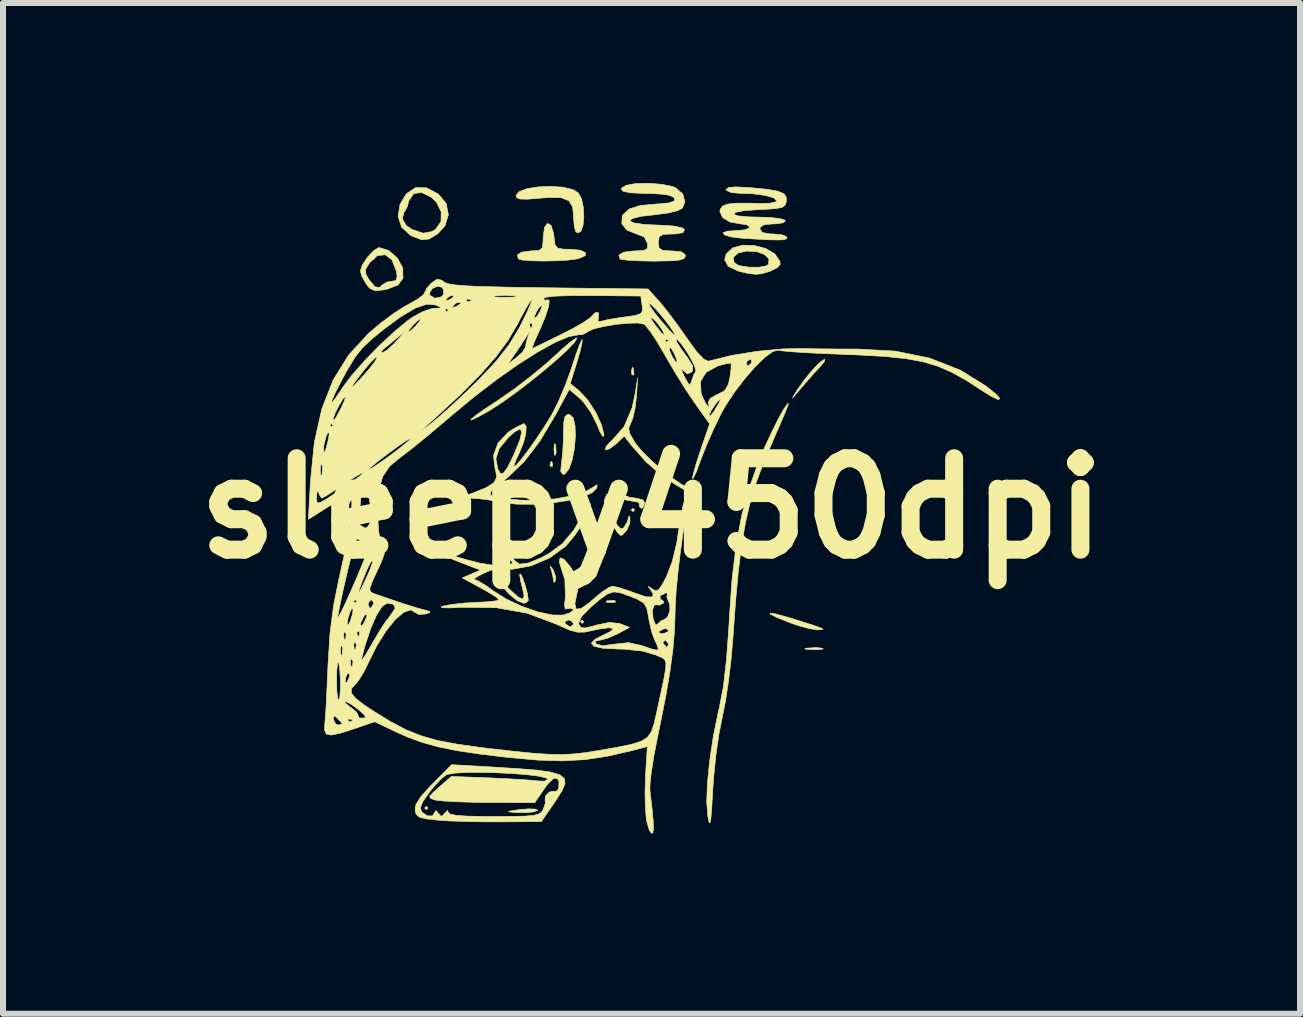
<source format=kicad_pcb>
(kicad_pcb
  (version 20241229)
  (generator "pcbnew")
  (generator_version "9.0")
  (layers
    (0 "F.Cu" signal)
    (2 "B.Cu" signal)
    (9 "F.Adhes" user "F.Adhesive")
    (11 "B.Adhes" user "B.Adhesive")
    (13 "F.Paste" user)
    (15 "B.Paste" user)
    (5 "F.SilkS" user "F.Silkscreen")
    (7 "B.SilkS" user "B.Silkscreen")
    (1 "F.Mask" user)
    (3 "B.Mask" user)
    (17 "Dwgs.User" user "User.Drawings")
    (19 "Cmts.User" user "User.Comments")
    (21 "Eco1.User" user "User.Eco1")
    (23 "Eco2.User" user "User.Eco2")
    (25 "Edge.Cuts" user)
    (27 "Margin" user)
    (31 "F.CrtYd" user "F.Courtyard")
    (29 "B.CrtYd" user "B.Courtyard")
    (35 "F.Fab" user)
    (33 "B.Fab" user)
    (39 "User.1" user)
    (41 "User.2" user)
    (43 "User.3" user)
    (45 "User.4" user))
  (footprint "sleepy450dpi"
    (layer "F.Cu")
    (at 7.809 5.422)
    (property "Reference" "sleepy450dpi" (at 0 0 0) (layer "F.SilkS") (effects (font (size 1.524 1.524) (thickness 0.3))))
    (attr through_hole)
    (fp_poly (pts (xy -3.725 4.995) (xy -3.754 5.024) (xy -3.782 4.995) (xy -3.754 4.967) (xy -3.725 4.995)) (stroke (width 0.01) (type solid)) (fill yes) (layer "F.SilkS"))
    (fp_poly (pts (xy -1.129 1.891) (xy -1.157 1.919) (xy -1.185 1.891) (xy -1.157 1.863) (xy -1.129 1.891)) (stroke (width 0.01) (type solid)) (fill yes) (layer "F.SilkS"))
    (fp_poly (pts (xy -0.282 0.028) (xy -0.31 0.056) (xy -0.339 0.028) (xy -0.31 0) (xy -0.282 0.028)) (stroke (width 0.01) (type solid)) (fill yes) (layer "F.SilkS"))
    (fp_poly (pts (xy -1.656 -0.771) (xy -1.649 -0.704) (xy -1.656 -0.696) (xy -1.689 -0.704) (xy -1.693 -0.734) (xy -1.673 -0.78) (xy -1.656 -0.771)) (stroke (width 0.01) (type solid)) (fill yes) (layer "F.SilkS"))
    (fp_poly (pts (xy -0.607 1.543) (xy -0.6 1.564) (xy -0.677 1.572) (xy -0.757 1.563) (xy -0.748 1.543) (xy -0.632 1.536) (xy -0.607 1.543)) (stroke (width 0.01) (type solid)) (fill yes) (layer "F.SilkS"))
    (fp_poly (pts (xy -0.3 -2.325) (xy -0.293 -2.237) (xy -0.305 -2.217) (xy -0.33 -2.233) (xy -0.334 -2.291) (xy -0.32 -2.351) (xy -0.3 -2.325)) (stroke (width 0.01) (type solid)) (fill yes) (layer "F.SilkS"))
    (fp_poly (pts (xy -1.601 -1.067) (xy -1.598 -1.057) (xy -1.59 -0.934) (xy -1.6 -0.888) (xy -1.618 -0.886) (xy -1.626 -0.974) (xy -1.626 -0.988) (xy -1.618 -1.075) (xy -1.601 -1.067)) (stroke (width 0.01) (type solid)) (fill yes) (layer "F.SilkS"))
    (fp_poly (pts (xy 2.836 2.331) (xy 2.863 2.345) (xy 2.792 2.354) (xy 2.709 2.355) (xy 2.587 2.351) (xy 2.554 2.34) (xy 2.582 2.331) (xy 2.747 2.321) (xy 2.836 2.331)) (stroke (width 0.01) (type solid)) (fill yes) (layer "F.SilkS"))
    (fp_poly (pts (xy -1.665 0.989) (xy -1.637 1.032) (xy -1.596 1.144) (xy -1.6 1.202) (xy -1.626 1.238) (xy -1.632 1.204) (xy -1.652 1.096) (xy -1.669 1.035) (xy -1.689 0.963) (xy -1.665 0.989)) (stroke (width 0.01) (type solid)) (fill yes) (layer "F.SilkS"))
    (fp_poly (pts (xy -1.938 5.013) (xy -1.897 5.032) (xy -1.898 5.035) (xy -1.966 5.06) (xy -2.107 5.073) (xy -2.191 5.073) (xy -2.326 5.066) (xy -2.383 5.056) (xy -2.371 5.048) (xy -2.209 5.022) (xy -2.054 5.01) (xy -1.938 5.013)) (stroke (width 0.01) (type solid)) (fill yes) (layer "F.SilkS"))
    (fp_poly (pts (xy 2.074 1.762) (xy 2.277 1.818) (xy 2.349 1.84) (xy 2.604 1.92) (xy 2.765 1.973) (xy 2.845 2.004) (xy 2.857 2.019) (xy 2.816 2.024) (xy 2.766 2.025) (xy 2.635 2.006) (xy 2.449 1.956) (xy 2.314 1.909) (xy 2.094 1.821) (xy 1.981 1.766) (xy 1.975 1.745) (xy 2.074 1.762)) (stroke (width 0.01) (type solid)) (fill yes) (layer "F.SilkS"))
    (fp_poly (pts (xy 2.883 -2.45) (xy 2.815 -2.367) (xy 2.806 -2.357) (xy 2.694 -2.236) (xy 2.555 -2.077) (xy 2.493 -2.004) (xy 2.388 -1.88) (xy 2.35 -1.84) (xy 2.373 -1.883) (xy 2.431 -1.976) (xy 2.553 -2.148) (xy 2.683 -2.306) (xy 2.799 -2.426) (xy 2.878 -2.482) (xy 2.887 -2.484) (xy 2.883 -2.45)) (stroke (width 0.01) (type solid)) (fill yes) (layer "F.SilkS"))
    (fp_poly (pts (xy -1.307 -1.511) (xy -1.275 -1.378) (xy -1.269 -1.195) (xy -1.286 -0.994) (xy -1.323 -0.803) (xy -1.378 -0.652) (xy -1.447 -0.571) (xy -1.473 -0.564) (xy -1.513 -0.613) (xy -1.503 -0.741) (xy -1.483 -0.898) (xy -1.47 -1.11) (xy -1.468 -1.245) (xy -1.463 -1.432) (xy -1.443 -1.53) (xy -1.4 -1.565) (xy -1.369 -1.566) (xy -1.307 -1.511)) (stroke (width 0.01) (type solid)) (fill yes) (layer "F.SilkS"))
    (fp_poly (pts (xy -1.285 -2.765) (xy -1.402 -2.641) (xy -1.577 -2.481) (xy -1.791 -2.299) (xy -2.027 -2.108) (xy -2.267 -1.925) (xy -2.495 -1.762) (xy -2.692 -1.635) (xy -2.719 -1.619) (xy -2.906 -1.516) (xy -3.003 -1.471) (xy -3.011 -1.482) (xy -2.935 -1.545) (xy -2.777 -1.656) (xy -2.563 -1.797) (xy -2.29 -1.987) (xy -1.998 -2.21) (xy -1.735 -2.43) (xy -1.647 -2.51) (xy -1.477 -2.665) (xy -1.342 -2.779) (xy -1.26 -2.837) (xy -1.242 -2.837) (xy -1.285 -2.765)) (stroke (width 0.01) (type solid)) (fill yes) (layer "F.SilkS"))
    (fp_poly (pts (xy -1.479 -5.352) (xy -1.314 -5.314) (xy -1.222 -5.259) (xy -1.166 -5.154) (xy -1.135 -5.009) (xy -1.128 -4.853) (xy -1.142 -4.713) (xy -1.177 -4.616) (xy -1.23 -4.59) (xy -1.262 -4.611) (xy -1.286 -4.687) (xy -1.298 -4.826) (xy -1.298 -4.857) (xy -1.315 -5.024) (xy -1.378 -5.126) (xy -1.504 -5.176) (xy -1.712 -5.18) (xy -1.863 -5.169) (xy -2.074 -5.152) (xy -2.196 -5.155) (xy -2.249 -5.18) (xy -2.258 -5.211) (xy -2.207 -5.278) (xy -2.074 -5.328) (xy -1.889 -5.357) (xy -1.681 -5.366) (xy -1.479 -5.352)) (stroke (width 0.01) (type solid)) (fill yes) (layer "F.SilkS"))
    (fp_poly (pts (xy -1.675 -4.716) (xy -1.632 -4.581) (xy -1.626 -4.53) (xy -1.61 -4.399) (xy -1.567 -4.337) (xy -1.465 -4.319) (xy -1.36 -4.318) (xy -1.19 -4.302) (xy -1.102 -4.262) (xy -1.104 -4.212) (xy -1.205 -4.166) (xy -1.247 -4.156) (xy -1.4 -4.136) (xy -1.601 -4.125) (xy -1.816 -4.121) (xy -2.013 -4.126) (xy -2.159 -4.139) (xy -2.219 -4.157) (xy -2.237 -4.223) (xy -2.16 -4.271) (xy -2.006 -4.29) (xy -2 -4.29) (xy -1.876 -4.297) (xy -1.821 -4.34) (xy -1.807 -4.451) (xy -1.806 -4.516) (xy -1.784 -4.682) (xy -1.733 -4.749) (xy -1.675 -4.716)) (stroke (width 0.01) (type solid)) (fill yes) (layer "F.SilkS"))
    (fp_poly (pts (xy 1.713 -4.38) (xy 1.901 -4.331) (xy 2.052 -4.243) (xy 2.137 -4.123) (xy 2.145 -4.068) (xy 2.096 -4.012) (xy 1.98 -3.953) (xy 1.838 -3.91) (xy 1.733 -3.9) (xy 1.585 -3.92) (xy 1.444 -3.954) (xy 1.278 -4.034) (xy 1.219 -4.143) (xy 1.23 -4.184) (xy 1.364 -4.184) (xy 1.375 -4.097) (xy 1.453 -4.046) (xy 1.625 -4.019) (xy 1.793 -4.018) (xy 1.915 -4.042) (xy 1.949 -4.066) (xy 1.957 -4.158) (xy 1.88 -4.232) (xy 1.747 -4.279) (xy 1.585 -4.287) (xy 1.444 -4.256) (xy 1.364 -4.184) (xy 1.23 -4.184) (xy 1.245 -4.24) (xy 1.354 -4.341) (xy 1.521 -4.386) (xy 1.713 -4.38)) (stroke (width 0.01) (type solid)) (fill yes) (layer "F.SilkS"))
    (fp_poly (pts (xy -3.751 -5.342) (xy -3.555 -5.239) (xy -3.423 -5.082) (xy -3.386 -4.894) (xy -3.442 -4.708) (xy -3.563 -4.576) (xy -3.707 -4.488) (xy -3.831 -4.475) (xy -3.986 -4.535) (xy -4.018 -4.551) (xy -4.165 -4.684) (xy -4.21 -4.823) (xy -4.155 -4.823) (xy -4.087 -4.712) (xy -3.992 -4.648) (xy -3.807 -4.586) (xy -3.659 -4.612) (xy -3.598 -4.651) (xy -3.509 -4.78) (xy -3.506 -4.942) (xy -3.584 -5.102) (xy -3.666 -5.182) (xy -3.834 -5.265) (xy -3.964 -5.245) (xy -4.047 -5.124) (xy -4.067 -5.037) (xy -4.105 -4.96) (xy -4.126 -4.932) (xy -4.155 -4.823) (xy -4.21 -4.823) (xy -4.224 -4.864) (xy -4.192 -5.066) (xy -4.085 -5.243) (xy -3.933 -5.345) (xy -3.751 -5.342)) (stroke (width 0.01) (type solid)) (fill yes) (layer "F.SilkS"))
    (fp_poly (pts (xy -4.382 -4.297) (xy -4.239 -4.175) (xy -4.151 -4.016) (xy -4.146 -3.997) (xy -4.143 -3.833) (xy -4.225 -3.723) (xy -4.404 -3.653) (xy -4.464 -3.64) (xy -4.609 -3.627) (xy -4.699 -3.668) (xy -4.76 -3.747) (xy -4.828 -3.87) (xy -4.854 -3.955) (xy -4.844 -3.984) (xy -4.766 -3.984) (xy -4.761 -3.901) (xy -4.709 -3.811) (xy -4.609 -3.692) (xy -4.53 -3.68) (xy -4.487 -3.725) (xy -4.408 -3.772) (xy -4.336 -3.782) (xy -4.259 -3.797) (xy -4.24 -3.864) (xy -4.255 -3.962) (xy -4.327 -4.142) (xy -4.438 -4.226) (xy -4.57 -4.211) (xy -4.701 -4.091) (xy -4.766 -3.984) (xy -4.844 -3.984) (xy -4.819 -4.058) (xy -4.734 -4.185) (xy -4.632 -4.294) (xy -4.545 -4.346) (xy -4.538 -4.346) (xy -4.382 -4.297)) (stroke (width 0.01) (type solid)) (fill yes) (layer "F.SilkS"))
    (fp_poly (pts (xy -0.507 -0.238) (xy -0.501 -0.235) (xy -0.361 -0.182) (xy -0.255 -0.169) (xy -0.141 -0.14) (xy -0.113 -0.085) (xy -0.145 -0.01) (xy -0.173 0) (xy -0.206 -0.035) (xy -0.198 -0.056) (xy -0.215 -0.1) (xy -0.283 -0.113) (xy -0.432 -0.14) (xy -0.518 -0.175) (xy -0.642 -0.211) (xy -0.702 -0.159) (xy -0.696 -0.025) (xy -0.643 0.133) (xy -0.571 0.285) (xy -0.513 0.342) (xy -0.467 0.328) (xy -0.4 0.222) (xy -0.391 0.177) (xy -0.376 0.128) (xy -0.359 0.152) (xy -0.362 0.251) (xy -0.412 0.366) (xy -0.484 0.443) (xy -0.513 0.452) (xy -0.568 0.405) (xy -0.642 0.286) (xy -0.679 0.212) (xy -0.745 0.045) (xy -0.785 -0.092) (xy -0.789 -0.129) (xy -0.746 -0.232) (xy -0.639 -0.273) (xy -0.507 -0.238)) (stroke (width 0.01) (type solid)) (fill yes) (layer "F.SilkS"))
    (fp_poly (pts (xy 2.268 -1.702) (xy 2.216 -1.57) (xy 2.133 -1.376) (xy 2.028 -1.137) (xy 2.022 -1.123) (xy 1.871 -0.769) (xy 1.748 -0.439) (xy 1.647 -0.111) (xy 1.567 0.233) (xy 1.501 0.613) (xy 1.447 1.048) (xy 1.4 1.558) (xy 1.358 2.145) (xy 1.327 2.51) (xy 1.283 2.88) (xy 1.232 3.217) (xy 1.181 3.471) (xy 1.123 3.764) (xy 1.072 4.122) (xy 1.034 4.495) (xy 1.021 4.685) (xy 1.005 4.969) (xy 0.991 5.15) (xy 0.978 5.238) (xy 0.964 5.244) (xy 0.947 5.177) (xy 0.937 5.123) (xy 0.92 4.89) (xy 0.932 4.576) (xy 0.969 4.208) (xy 1.028 3.813) (xy 1.107 3.42) (xy 1.131 3.319) (xy 1.198 2.967) (xy 1.251 2.504) (xy 1.292 1.931) (xy 1.297 1.834) (xy 1.342 1.183) (xy 1.409 0.619) (xy 1.503 0.118) (xy 1.629 -0.344) (xy 1.785 -0.777) (xy 1.89 -1.026) (xy 2.002 -1.267) (xy 2.108 -1.481) (xy 2.199 -1.645) (xy 2.264 -1.737) (xy 2.282 -1.75) (xy 2.268 -1.702)) (stroke (width 0.01) (type solid)) (fill yes) (layer "F.SilkS"))
    (fp_poly (pts (xy 1.636 -5.345) (xy 1.657 -5.344) (xy 1.929 -5.316) (xy 2.107 -5.285) (xy 2.207 -5.243) (xy 2.246 -5.183) (xy 2.247 -5.115) (xy 2.228 -5.054) (xy 2.176 -5.016) (xy 2.068 -4.995) (xy 1.879 -4.982) (xy 1.792 -4.979) (xy 1.543 -4.961) (xy 1.401 -4.933) (xy 1.367 -4.902) (xy 1.441 -4.874) (xy 1.625 -4.857) (xy 1.775 -4.854) (xy 1.982 -4.847) (xy 2.143 -4.828) (xy 2.226 -4.802) (xy 2.23 -4.798) (xy 2.204 -4.761) (xy 2.085 -4.742) (xy 2.035 -4.741) (xy 1.877 -4.728) (xy 1.811 -4.683) (xy 1.806 -4.657) (xy 1.844 -4.598) (xy 1.967 -4.574) (xy 2.032 -4.572) (xy 2.173 -4.559) (xy 2.252 -4.528) (xy 2.258 -4.516) (xy 2.247 -4.491) (xy 2.204 -4.477) (xy 2.111 -4.472) (xy 1.95 -4.476) (xy 1.705 -4.489) (xy 1.51 -4.501) (xy 1.321 -4.524) (xy 1.213 -4.558) (xy 1.192 -4.593) (xy 1.267 -4.62) (xy 1.411 -4.628) (xy 1.552 -4.641) (xy 1.631 -4.672) (xy 1.637 -4.685) (xy 1.588 -4.726) (xy 1.478 -4.741) (xy 1.309 -4.771) (xy 1.186 -4.846) (xy 1.139 -4.946) (xy 1.146 -4.987) (xy 1.184 -5.038) (xy 1.265 -5.07) (xy 1.407 -5.085) (xy 1.629 -5.086) (xy 1.82 -5.081) (xy 1.977 -5.086) (xy 2.073 -5.108) (xy 2.088 -5.125) (xy 2.036 -5.175) (xy 1.895 -5.215) (xy 1.69 -5.242) (xy 1.489 -5.249) (xy 1.328 -5.263) (xy 1.247 -5.299) (xy 1.242 -5.314) (xy 1.282 -5.347) (xy 1.409 -5.357) (xy 1.636 -5.345)) (stroke (width 0.01) (type solid)) (fill yes) (layer "F.SilkS"))
    (fp_poly (pts (xy 0.163 -5.401) (xy 0.343 -5.366) (xy 0.395 -5.346) (xy 0.521 -5.239) (xy 0.557 -5.107) (xy 0.512 -5) (xy 0.427 -4.958) (xy 0.265 -4.92) (xy 0.081 -4.896) (xy -0.178 -4.866) (xy -0.325 -4.829) (xy -0.363 -4.79) (xy -0.292 -4.756) (xy -0.113 -4.73) (xy 0.12 -4.72) (xy 0.373 -4.705) (xy 0.517 -4.673) (xy 0.55 -4.643) (xy 0.524 -4.594) (xy 0.398 -4.573) (xy 0.343 -4.572) (xy 0.196 -4.565) (xy 0.13 -4.53) (xy 0.113 -4.448) (xy 0.113 -4.431) (xy 0.125 -4.34) (xy 0.183 -4.3) (xy 0.319 -4.29) (xy 0.339 -4.29) (xy 0.496 -4.276) (xy 0.56 -4.229) (xy 0.564 -4.205) (xy 0.545 -4.164) (xy 0.474 -4.139) (xy 0.333 -4.125) (xy 0.102 -4.121) (xy 0.038 -4.12) (xy -0.196 -4.124) (xy -0.385 -4.134) (xy -0.502 -4.148) (xy -0.525 -4.157) (xy -0.544 -4.222) (xy -0.465 -4.269) (xy -0.302 -4.289) (xy -0.275 -4.29) (xy -0.131 -4.297) (xy -0.07 -4.33) (xy -0.065 -4.406) (xy -0.067 -4.416) (xy -0.124 -4.524) (xy -0.248 -4.572) (xy -0.409 -4.635) (xy -0.495 -4.743) (xy -0.488 -4.87) (xy -0.474 -4.895) (xy -0.368 -4.991) (xy -0.185 -5.048) (xy 0.091 -5.073) (xy 0.127 -5.074) (xy 0.3 -5.091) (xy 0.387 -5.128) (xy 0.378 -5.177) (xy 0.306 -5.215) (xy 0.205 -5.233) (xy 0.031 -5.245) (xy -0.146 -5.249) (xy -0.357 -5.259) (xy -0.48 -5.287) (xy -0.508 -5.328) (xy -0.433 -5.379) (xy -0.419 -5.384) (xy -0.267 -5.412) (xy -0.057 -5.417) (xy 0.163 -5.401)) (stroke (width 0.01) (type solid)) (fill yes) (layer "F.SilkS"))
    (fp_poly (pts (xy -2.667 4.311) (xy -2.237 4.338) (xy -1.91 4.364) (xy -1.677 4.397) (xy -1.528 4.442) (xy -1.453 4.503) (xy -1.442 4.587) (xy -1.487 4.699) (xy -1.578 4.844) (xy -1.621 4.908) (xy -1.836 5.221) (xy -2.513 5.226) (xy -2.822 5.225) (xy -3.132 5.219) (xy -3.401 5.209) (xy -3.556 5.198) (xy -3.756 5.176) (xy -3.869 5.147) (xy -3.922 5.102) (xy -3.941 5.034) (xy -3.935 4.991) (xy -3.852 4.991) (xy -3.832 5.059) (xy -3.831 5.06) (xy -3.739 5.125) (xy -3.651 5.127) (xy -3.612 5.066) (xy -3.592 5.036) (xy -3.555 5.08) (xy -3.502 5.136) (xy -3.452 5.091) (xy -3.444 5.08) (xy -3.398 5.034) (xy -3.388 5.066) (xy -3.357 5.096) (xy -3.257 5.117) (xy -3.076 5.13) (xy -2.801 5.136) (xy -2.627 5.136) (xy -2.319 5.135) (xy -2.105 5.13) (xy -1.965 5.118) (xy -1.881 5.096) (xy -1.833 5.063) (xy -1.806 5.022) (xy -1.769 4.913) (xy -1.775 4.859) (xy -1.766 4.792) (xy -1.703 4.729) (xy -1.632 4.713) (xy -1.619 4.722) (xy -1.573 4.709) (xy -1.546 4.661) (xy -1.543 4.55) (xy -1.569 4.505) (xy -1.631 4.5) (xy -1.724 4.589) (xy -1.788 4.676) (xy -1.947 4.906) (xy -2.709 4.903) (xy -3.003 4.899) (xy -3.265 4.89) (xy -3.471 4.878) (xy -3.595 4.864) (xy -3.606 4.862) (xy -3.684 4.835) (xy -3.697 4.801) (xy -3.639 4.735) (xy -3.539 4.646) (xy -3.337 4.469) (xy -2.699 4.493) (xy -2.426 4.506) (xy -2.181 4.52) (xy -1.994 4.533) (xy -1.907 4.543) (xy -1.785 4.547) (xy -1.725 4.522) (xy -1.759 4.492) (xy -1.883 4.464) (xy -2.075 4.44) (xy -2.313 4.421) (xy -2.574 4.408) (xy -2.835 4.401) (xy -3.075 4.402) (xy -3.271 4.413) (xy -3.4 4.434) (xy -3.413 4.438) (xy -3.497 4.501) (xy -3.615 4.624) (xy -3.7 4.728) (xy -3.811 4.888) (xy -3.852 4.991) (xy -3.935 4.991) (xy -3.926 4.935) (xy -3.847 4.808) (xy -3.692 4.635) (xy -3.645 4.588) (xy -3.331 4.273) (xy -2.667 4.311)) (stroke (width 0.01) (type solid)) (fill yes) (layer "F.SilkS"))
    (fp_poly (pts (xy -1.16 -2.75) (xy -1.192 -2.613) (xy -1.244 -2.435) (xy -1.354 -2.081) (xy -1.189 -1.942) (xy -1.056 -1.795) (xy -0.931 -1.6) (xy -0.836 -1.399) (xy -0.794 -1.231) (xy -0.793 -1.21) (xy -0.812 -1.197) (xy -0.858 -1.273) (xy -0.909 -1.395) (xy -1.007 -1.592) (xy -1.131 -1.768) (xy -1.197 -1.835) (xy -1.371 -1.982) (xy -1.603 -1.553) (xy -1.857 -1.126) (xy -2.114 -0.788) (xy -2.391 -0.519) (xy -2.497 -0.436) (xy -2.63 -0.332) (xy -2.692 -0.26) (xy -2.673 -0.213) (xy -2.565 -0.18) (xy -2.359 -0.153) (xy -2.188 -0.137) (xy -1.903 -0.131) (xy -1.604 -0.157) (xy -1.323 -0.21) (xy -1.094 -0.283) (xy -0.969 -0.354) (xy -0.908 -0.394) (xy -0.91 -0.348) (xy -0.913 -0.339) (xy -0.993 -0.258) (xy -1.162 -0.187) (xy -1.395 -0.13) (xy -1.67 -0.088) (xy -1.96 -0.067) (xy -2.243 -0.069) (xy -2.494 -0.097) (xy -2.568 -0.113) (xy -2.742 -0.145) (xy -2.942 -0.166) (xy -2.963 -0.167) (xy -3.189 -0.178) (xy -2.963 -0.26) (xy -2.746 -0.349) (xy -2.623 -0.431) (xy -2.58 -0.522) (xy -2.6 -0.641) (xy -2.608 -0.661) (xy -2.628 -0.826) (xy -2.594 -0.826) (xy -2.562 -0.654) (xy -2.518 -0.58) (xy -2.467 -0.587) (xy -2.398 -0.683) (xy -2.302 -0.877) (xy -2.29 -0.905) (xy -2.195 -1.138) (xy -2.163 -1.277) (xy -2.192 -1.323) (xy -2.282 -1.275) (xy -2.39 -1.177) (xy -2.54 -0.993) (xy -2.594 -0.826) (xy -2.628 -0.826) (xy -2.634 -0.879) (xy -2.559 -1.088) (xy -2.391 -1.266) (xy -2.343 -1.298) (xy -2.216 -1.371) (xy -2.133 -1.409) (xy -2.124 -1.411) (xy -2.089 -1.365) (xy -2.095 -1.247) (xy -2.135 -1.089) (xy -2.2 -0.933) (xy -2.264 -0.796) (xy -2.294 -0.708) (xy -2.293 -0.694) (xy -2.25 -0.723) (xy -2.163 -0.826) (xy -2.045 -0.981) (xy -1.913 -1.168) (xy -1.783 -1.365) (xy -1.669 -1.55) (xy -1.651 -1.582) (xy -1.547 -1.791) (xy -1.435 -2.057) (xy -1.337 -2.326) (xy -1.325 -2.363) (xy -1.257 -2.57) (xy -1.2 -2.725) (xy -1.163 -2.805) (xy -1.155 -2.811) (xy -1.16 -2.75)) (stroke (width 0.01) (type solid)) (fill yes) (layer "F.SilkS"))
    (fp_poly (pts (xy -3.498 -3.802) (xy -3.468 -3.779) (xy -3.432 -3.758) (xy -3.372 -3.739) (xy -3.279 -3.724) (xy -3.142 -3.712) (xy -2.951 -3.701) (xy -2.696 -3.693) (xy -2.366 -3.685) (xy -1.951 -3.678) (xy -1.44 -3.672) (xy -1.031 -3.667) (xy -0.058 -3.656) (xy 0.126 -3.451) (xy 0.246 -3.305) (xy 0.4 -3.103) (xy 0.556 -2.883) (xy 0.589 -2.836) (xy 0.75 -2.613) (xy 0.869 -2.487) (xy 0.948 -2.452) (xy 0.956 -2.454) (xy 1.33 -2.547) (xy 1.76 -2.617) (xy 2.187 -2.657) (xy 2.455 -2.663) (xy 2.761 -2.658) (xy 3.095 -2.655) (xy 3.392 -2.654) (xy 3.421 -2.655) (xy 4.063 -2.62) (xy 4.634 -2.504) (xy 5.143 -2.304) (xy 5.574 -2.039) (xy 5.738 -1.906) (xy 5.806 -1.828) (xy 5.781 -1.812) (xy 5.668 -1.863) (xy 5.517 -1.957) (xy 5.249 -2.131) (xy 5.007 -2.266) (xy 4.772 -2.369) (xy 4.522 -2.443) (xy 4.236 -2.495) (xy 3.892 -2.531) (xy 3.469 -2.555) (xy 3.174 -2.567) (xy 2.849 -2.58) (xy 2.559 -2.595) (xy 2.325 -2.61) (xy 2.167 -2.625) (xy 2.111 -2.635) (xy 2.021 -2.614) (xy 1.888 -2.515) (xy 1.725 -2.357) (xy 1.551 -2.156) (xy 1.38 -1.932) (xy 1.228 -1.7) (xy 1.163 -1.585) (xy 1.037 -1.326) (xy 0.912 -1.043) (xy 0.818 -0.801) (xy 0.754 -0.627) (xy 0.705 -0.517) (xy 0.682 -0.489) (xy 0.682 -0.493) (xy 0.697 -0.577) (xy 0.742 -0.736) (xy 0.807 -0.939) (xy 0.823 -0.985) (xy 0.968 -1.407) (xy 0.865 -1.552) (xy 0.962 -1.552) (xy 0.984 -1.542) (xy 1.043 -1.617) (xy 1.126 -1.761) (xy 1.135 -1.778) (xy 1.153 -1.828) (xy 1.107 -1.785) (xy 1.077 -1.75) (xy 0.997 -1.635) (xy 0.962 -1.554) (xy 0.962 -1.552) (xy 0.865 -1.552) (xy 0.716 -1.762) (xy 0.563 -1.989) (xy 0.393 -2.263) (xy 0.237 -2.528) (xy 0.218 -2.563) (xy 0.146 -2.686) (xy 0.297 -2.686) (xy 0.302 -2.627) (xy 0.345 -2.529) (xy 0.397 -2.446) (xy 0.424 -2.427) (xy 0.422 -2.471) (xy 0.385 -2.568) (xy 0.331 -2.663) (xy 0.297 -2.686) (xy 0.146 -2.686) (xy 0.097 -2.769) (xy 0.081 -2.794) (xy 0.226 -2.794) (xy 0.254 -2.766) (xy 0.282 -2.794) (xy 0.254 -2.822) (xy 0.41 -2.822) (xy 0.415 -2.78) (xy 0.495 -2.654) (xy 0.602 -2.508) (xy 0.683 -2.378) (xy 0.686 -2.295) (xy 0.667 -2.27) (xy 0.596 -2.241) (xy 0.524 -2.302) (xy 0.497 -2.321) (xy 0.52 -2.254) (xy 0.545 -2.201) (xy 0.609 -2.084) (xy 0.645 -2.061) (xy 0.664 -2.112) (xy 0.815 -2.112) (xy 0.827 -1.918) (xy 0.846 -1.865) (xy 0.9 -1.754) (xy 0.944 -1.694) (xy 0.96 -1.702) (xy 0.945 -1.764) (xy 0.975 -1.829) (xy 1.084 -1.892) (xy 1.095 -1.896) (xy 1.218 -1.96) (xy 1.281 -2.067) (xy 1.306 -2.178) (xy 1.325 -2.322) (xy 1.327 -2.41) (xy 1.324 -2.419) (xy 1.264 -2.415) (xy 1.139 -2.383) (xy 1.101 -2.371) (xy 0.908 -2.265) (xy 0.815 -2.112) (xy 0.664 -2.112) (xy 0.666 -2.117) (xy 0.707 -2.235) (xy 0.737 -2.28) (xy 0.728 -2.343) (xy 0.69 -2.427) (xy 1.58 -2.427) (xy 1.6 -2.372) (xy 1.605 -2.371) (xy 1.654 -2.41) (xy 1.665 -2.427) (xy 1.661 -2.479) (xy 1.64 -2.484) (xy 1.583 -2.443) (xy 1.58 -2.427) (xy 0.69 -2.427) (xy 0.673 -2.462) (xy 0.592 -2.603) (xy 0.505 -2.73) (xy 0.434 -2.811) (xy 0.41 -2.822) (xy 0.254 -2.822) (xy 0.226 -2.794) (xy 0.081 -2.794) (xy -0.015 -2.94) (xy -0.101 -3.048) (xy -0.124 -3.069) (xy -0.223 -3.088) (xy -0.391 -3.085) (xy -0.595 -3.065) (xy -0.798 -3.031) (xy -0.966 -2.99) (xy -1.063 -2.945) (xy -1.072 -2.936) (xy -1.148 -2.896) (xy -1.215 -2.892) (xy -1.376 -2.863) (xy -1.606 -2.766) (xy -1.893 -2.608) (xy -2.223 -2.398) (xy -2.584 -2.144) (xy -2.962 -1.854) (xy -3.331 -1.548) (xy -3.577 -1.339) (xy -3.809 -1.146) (xy -4.007 -0.986) (xy -4.149 -0.876) (xy -4.185 -0.851) (xy -4.365 -0.701) (xy -4.482 -0.527) (xy -4.545 -0.303) (xy -4.566 -0.002) (xy -4.565 0.085) (xy -4.551 0.362) (xy -4.519 0.549) (xy -4.484 0.622) (xy -4.451 0.684) (xy -4.457 0.771) (xy -4.51 0.91) (xy -4.573 1.045) (xy -4.658 1.227) (xy -4.695 1.333) (xy -4.688 1.388) (xy -4.641 1.416) (xy -4.64 1.417) (xy -4.324 1.526) (xy -4.093 1.603) (xy -3.927 1.655) (xy -3.81 1.687) (xy -3.701 1.717) (xy -3.694 1.738) (xy -3.768 1.762) (xy -3.878 1.769) (xy -3.926 1.744) (xy -4.01 1.693) (xy -4.128 1.732) (xy -4.269 1.852) (xy -4.422 2.04) (xy -4.576 2.285) (xy -4.708 2.551) (xy -4.796 2.73) (xy -4.884 2.872) (xy -4.933 2.93) (xy -5 3.005) (xy -5.004 3.078) (xy -4.933 3.166) (xy -4.78 3.284) (xy -4.639 3.377) (xy -4.353 3.553) (xy -4.098 3.688) (xy -3.845 3.79) (xy -3.568 3.869) (xy -3.241 3.931) (xy -2.834 3.988) (xy -2.709 4.003) (xy -2.293 4.05) (xy -1.965 4.083) (xy -1.704 4.1) (xy -1.486 4.104) (xy -1.288 4.093) (xy -1.088 4.07) (xy -0.903 4.04) (xy -0.573 3.983) (xy -0.335 3.934) (xy -0.173 3.883) (xy -0.068 3.817) (xy -0.003 3.726) (xy 0.041 3.596) (xy 0.082 3.417) (xy 0.086 3.398) (xy 0.157 3.072) (xy 0.207 2.839) (xy 0.234 2.683) (xy 0.24 2.584) (xy 0.223 2.527) (xy 0.182 2.493) (xy 0.118 2.465) (xy 0.065 2.443) (xy -0.155 2.379) (xy -0.455 2.348) (xy -0.56 2.345) (xy -0.812 2.332) (xy -0.96 2.299) (xy -1.003 2.248) (xy -0.937 2.18) (xy -0.814 2.118) (xy -0.675 2.049) (xy -0.641 2.005) (xy -0.703 1.99) (xy -0.856 2.009) (xy -0.953 2.03) (xy -1.109 2.063) (xy -1.231 2.065) (xy -1.359 2.032) (xy -1.535 1.955) (xy -1.591 1.929) (xy -1.694 1.89) (xy -1.445 1.89) (xy -1.439 1.919) (xy -1.367 1.973) (xy -1.351 1.976) (xy -1.3 1.933) (xy -1.298 1.919) (xy -1.306 1.911) (xy -1.214 1.911) (xy -1.21 1.936) (xy -1.177 1.986) (xy -1.109 1.995) (xy -0.977 1.964) (xy -0.921 1.947) (xy -0.704 1.902) (xy -0.54 1.919) (xy -0.516 1.927) (xy -0.367 1.985) (xy -0.564 2.091) (xy -0.721 2.161) (xy -0.854 2.197) (xy -0.872 2.199) (xy -0.944 2.218) (xy -0.923 2.26) (xy -0.82 2.291) (xy -0.625 2.265) (xy -0.622 2.264) (xy -0.384 2.239) (xy -0.175 2.284) (xy -0.007 2.342) (xy 0.08 2.363) (xy 0.111 2.351) (xy 0.113 2.339) (xy 0.089 2.269) (xy 0.073 2.236) (xy 0.189 2.236) (xy 0.198 2.258) (xy 0.248 2.312) (xy 0.257 2.314) (xy 0.282 2.271) (xy 0.282 2.258) (xy 0.239 2.204) (xy 0.222 2.201) (xy 0.189 2.236) (xy 0.073 2.236) (xy 0.051 2.191) (xy 0.005 2.066) (xy 0.113 2.066) (xy 0.159 2.086) (xy 0.198 2.088) (xy 0.273 2.059) (xy 0.282 2.034) (xy 0.241 2.003) (xy 0.198 2.012) (xy 0.123 2.052) (xy 0.113 2.066) (xy 0.005 2.066) (xy 0.004 2.063) (xy -0.038 1.883) (xy -0.048 1.822) (xy -0.072 1.695) (xy 0.015 1.695) (xy 0.025 1.831) (xy 0.03 1.852) (xy 0.066 1.938) (xy 0.096 1.935) (xy 0.096 1.933) (xy 0.167 1.868) (xy 0.196 1.863) (xy 0.266 1.815) (xy 0.306 1.708) (xy 0.303 1.594) (xy 0.28 1.55) (xy 0.253 1.472) (xy 0.264 1.448) (xy 0.259 1.414) (xy 0.239 1.411) (xy 0.153 1.453) (xy 0.141 1.468) (xy 0.147 1.519) (xy 0.169 1.524) (xy 0.206 1.559) (xy 0.197 1.581) (xy 0.132 1.615) (xy 0.113 1.609) (xy 0.048 1.611) (xy 0.015 1.695) (xy -0.072 1.695) (xy -0.077 1.671) (xy -0.128 1.58) (xy -0.234 1.515) (xy -0.362 1.464) (xy -0.516 1.409) (xy -0.628 1.393) (xy -0.731 1.425) (xy -0.856 1.514) (xy -1.008 1.643) (xy -1.162 1.799) (xy -1.214 1.911) (xy -1.306 1.911) (xy -1.344 1.87) (xy -1.386 1.863) (xy -1.445 1.89) (xy -1.694 1.89) (xy -2.077 1.747) (xy -2.591 1.656) (xy -3.149 1.65) (xy -3.377 1.66) (xy -3.496 1.656) (xy -3.503 1.64) (xy -3.471 1.629) (xy -3.326 1.602) (xy -3.116 1.579) (xy -2.921 1.568) (xy -2.73 1.558) (xy -2.593 1.542) (xy -2.54 1.524) (xy -2.54 1.524) (xy -2.586 1.482) (xy -2.704 1.407) (xy -2.847 1.326) (xy -3.154 1.16) (xy -3.002 1.095) (xy -2.85 1.03) (xy -3.02 0.965) (xy -3.255 0.874) (xy -3.4 0.813) (xy -3.472 0.777) (xy -3.486 0.758) (xy -3.485 0.757) (xy -3.426 0.763) (xy -3.29 0.797) (xy -3.111 0.849) (xy -2.865 0.913) (xy -2.639 0.949) (xy -2.457 0.957) (xy -2.342 0.934) (xy -2.314 0.897) (xy -2.359 0.858) (xy -2.427 0.863) (xy -2.504 0.867) (xy -2.509 0.841) (xy -2.425 0.792) (xy -2.326 0.817) (xy -2.278 0.874) (xy -2.202 0.93) (xy -2.049 0.911) (xy -1.827 0.818) (xy -1.711 0.755) (xy -1.487 0.591) (xy -1.296 0.364) (xy -1.124 0.066) (xy -1.061 -0.044) (xy -1.023 -0.08) (xy -1.018 -0.068) (xy -1.051 0.064) (xy -1.141 0.243) (xy -1.269 0.437) (xy -1.413 0.612) (xy -1.444 0.642) (xy -1.698 0.827) (xy -2.005 0.958) (xy -2.315 1.015) (xy -2.352 1.016) (xy -2.494 1.039) (xy -2.535 1.108) (xy -2.477 1.226) (xy -2.366 1.35) (xy -2.225 1.478) (xy -2.145 1.514) (xy -2.124 1.459) (xy -2.149 1.341) (xy -2.184 1.199) (xy -2.198 1.104) (xy -2.198 1.101) (xy -2.181 1.095) (xy -2.145 1.171) (xy -2.101 1.302) (xy -2.068 1.425) (xy -2.053 1.538) (xy -2.098 1.578) (xy -2.138 1.58) (xy -2.24 1.538) (xy -2.368 1.433) (xy -2.491 1.298) (xy -2.576 1.168) (xy -2.596 1.099) (xy -2.609 1.025) (xy -2.618 1.016) (xy -2.687 1.035) (xy -2.79 1.08) (xy -2.892 1.132) (xy -2.954 1.172) (xy -2.954 1.183) (xy -2.875 1.217) (xy -2.742 1.3) (xy -2.639 1.375) (xy -2.42 1.513) (xy -2.16 1.634) (xy -1.893 1.727) (xy -1.652 1.778) (xy -1.47 1.779) (xy -1.468 1.778) (xy -1.349 1.738) (xy -1.298 1.692) (xy -1.298 1.691) (xy -1.34 1.664) (xy -1.385 1.674) (xy -1.438 1.677) (xy -1.451 1.615) (xy -1.436 1.485) (xy -1.444 1.192) (xy -1.487 1.057) (xy -1.536 0.897) (xy -1.524 0.826) (xy -1.461 0.847) (xy -1.361 0.964) (xy -1.331 1.009) (xy -1.244 1.169) (xy -1.22 1.294) (xy -1.241 1.409) (xy -1.278 1.592) (xy -1.256 1.679) (xy -1.174 1.671) (xy -1.031 1.569) (xy -0.983 1.525) (xy -0.836 1.403) (xy -0.712 1.32) (xy -0.652 1.298) (xy -0.554 1.318) (xy -0.396 1.369) (xy -0.29 1.408) (xy -0.092 1.474) (xy 0.014 1.479) (xy 0.026 1.425) (xy -0.015 1.36) (xy -0.057 1.3) (xy -0.022 1.319) (xy 0.011 1.345) (xy 0.071 1.377) (xy 0.125 1.35) (xy 0.192 1.248) (xy 0.248 1.14) (xy 0.346 0.885) (xy 0.422 0.564) (xy 0.447 0.401) (xy 0.482 0.172) (xy 0.52 -0.025) (xy 0.557 -0.152) (xy 0.564 -0.169) (xy 0.588 -0.246) (xy 0.546 -0.308) (xy 0.419 -0.384) (xy 0.41 -0.389) (xy 0.161 -0.552) (xy -0.098 -0.781) (xy -0.327 -1.039) (xy -0.327 -1.039) (xy -0.454 -1.203) (xy -0.593 -1.072) (xy -0.697 -0.993) (xy -0.766 -0.974) (xy -0.77 -0.977) (xy -0.756 -1.032) (xy -0.674 -1.119) (xy -0.657 -1.133) (xy -0.458 -1.359) (xy -0.324 -1.674) (xy -0.277 -1.889) (xy -0.231 -2.173) (xy -0.252 -1.855) (xy -0.276 -1.657) (xy -0.316 -1.49) (xy -0.345 -1.423) (xy -0.38 -1.339) (xy -0.364 -1.249) (xy -0.288 -1.115) (xy -0.263 -1.076) (xy -0.159 -0.95) (xy -0.005 -0.798) (xy 0.175 -0.641) (xy 0.355 -0.499) (xy 0.512 -0.392) (xy 0.619 -0.34) (xy 0.633 -0.339) (xy 0.664 -0.297) (xy 0.654 -0.246) (xy 0.614 -0.1) (xy 0.569 0.132) (xy 0.523 0.422) (xy 0.479 0.744) (xy 0.44 1.071) (xy 0.411 1.375) (xy 0.395 1.63) (xy 0.393 1.722) (xy 0.384 2.03) (xy 0.356 2.356) (xy 0.307 2.721) (xy 0.234 3.147) (xy 0.134 3.652) (xy 0.092 3.854) (xy 0.038 4.132) (xy -0.002 4.387) (xy -0.025 4.588) (xy -0.027 4.7) (xy 0.009 5.005) (xy 0.028 5.214) (xy 0.032 5.342) (xy 0.022 5.405) (xy 0.002 5.419) (xy -0.036 5.368) (xy -0.074 5.241) (xy -0.089 5.157) (xy -0.104 4.971) (xy -0.108 4.723) (xy -0.101 4.462) (xy -0.099 4.434) (xy -0.07 3.971) (xy -0.346 4.043) (xy -0.744 4.134) (xy -1.111 4.189) (xy -1.482 4.209) (xy -1.891 4.197) (xy -2.374 4.154) (xy -2.387 4.153) (xy -2.861 4.096) (xy -3.244 4.039) (xy -3.56 3.975) (xy -3.831 3.899) (xy -4.079 3.807) (xy -4.262 3.725) (xy -4.614 3.557) (xy -4.941 3.669) (xy -5.182 3.747) (xy -5.337 3.779) (xy -5.42 3.763) (xy -5.45 3.695) (xy -5.446 3.598) (xy -5.438 3.514) (xy -5.305 3.514) (xy -5.262 3.597) (xy -5.212 3.612) (xy -5.156 3.594) (xy -5.169 3.57) (xy -5.219 3.518) (xy -5.061 3.518) (xy -5.053 3.552) (xy -5.024 3.556) (xy -4.977 3.535) (xy -4.986 3.518) (xy -5.053 3.512) (xy -5.061 3.518) (xy -5.219 3.518) (xy -5.251 3.485) (xy -5.262 3.471) (xy -5.297 3.466) (xy -5.305 3.514) (xy -5.438 3.514) (xy -5.435 3.475) (xy -5.422 3.266) (xy -5.42 3.218) (xy -5.108 3.218) (xy -5.106 3.244) (xy -5.028 3.308) (xy -5.009 3.321) (xy -4.914 3.4) (xy -4.888 3.457) (xy -4.891 3.461) (xy -4.878 3.491) (xy -4.821 3.498) (xy -4.765 3.486) (xy -4.786 3.442) (xy -4.882 3.357) (xy -5.005 3.267) (xy -5.096 3.22) (xy -5.108 3.218) (xy -5.42 3.218) (xy -5.409 2.997) (xy -5.404 2.879) (xy -5.249 2.879) (xy -5.244 3.056) (xy -5.23 3.171) (xy -5.212 3.199) (xy -5.193 3.126) (xy -5.184 2.979) (xy -5.185 2.905) (xy -5.108 2.905) (xy -5.073 2.894) (xy -5.07 2.892) (xy -5.031 2.794) (xy -5.036 2.758) (xy -5.065 2.745) (xy -5.095 2.818) (xy -5.108 2.905) (xy -5.185 2.905) (xy -5.185 2.868) (xy -5.198 2.66) (xy -5.216 2.564) (xy -5.233 2.579) (xy -5.246 2.704) (xy -5.249 2.879) (xy -5.404 2.879) (xy -5.396 2.697) (xy -5.393 2.625) (xy -5.389 2.564) (xy -5.019 2.564) (xy -5.009 2.637) (xy -4.989 2.638) (xy -4.976 2.562) (xy -4.985 2.529) (xy -5.006 2.512) (xy -4.834 2.512) (xy -4.823 2.522) (xy -4.769 2.448) (xy -4.685 2.305) (xy -4.661 2.263) (xy -4.545 2.064) (xy -4.432 1.89) (xy -4.347 1.779) (xy -4.347 1.779) (xy -4.272 1.666) (xy -4.299 1.599) (xy -4.405 1.58) (xy -4.489 1.633) (xy -4.584 1.781) (xy -4.682 2.007) (xy -4.777 2.295) (xy -4.834 2.512) (xy -5.006 2.512) (xy -5.01 2.508) (xy -5.019 2.564) (xy -5.389 2.564) (xy -5.377 2.371) (xy -5.184 2.371) (xy -5.175 2.451) (xy -5.156 2.441) (xy -5.148 2.326) (xy -5.156 2.3) (xy -5.176 2.293) (xy -5.184 2.371) (xy -5.377 2.371) (xy -5.371 2.281) (xy -4.963 2.281) (xy -4.952 2.355) (xy -4.933 2.355) (xy -4.92 2.28) (xy -4.929 2.247) (xy -4.954 2.226) (xy -4.963 2.281) (xy -5.371 2.281) (xy -5.361 2.112) (xy -5.132 2.112) (xy -5.122 2.185) (xy -5.102 2.186) (xy -5.089 2.111) (xy -5.095 2.088) (xy -4.911 2.088) (xy -4.89 2.135) (xy -4.873 2.126) (xy -4.866 2.059) (xy -4.873 2.051) (xy -4.907 2.059) (xy -4.911 2.088) (xy -5.095 2.088) (xy -5.098 2.078) (xy -5.123 2.056) (xy -5.132 2.112) (xy -5.361 2.112) (xy -5.359 2.084) (xy -5.338 1.919) (xy -5.072 1.919) (xy -5.058 1.951) (xy -5.056 1.947) (xy -4.852 1.947) (xy -4.829 1.957) (xy -4.798 1.919) (xy -4.75 1.816) (xy -4.743 1.778) (xy -4.766 1.768) (xy -4.798 1.806) (xy -4.846 1.909) (xy -4.852 1.947) (xy -5.056 1.947) (xy -5.024 1.891) (xy -4.983 1.759) (xy -4.975 1.693) (xy -4.99 1.662) (xy -5.024 1.722) (xy -5.064 1.853) (xy -5.072 1.919) (xy -5.338 1.919) (xy -5.323 1.806) (xy -5.231 1.806) (xy -5.222 1.816) (xy -5.177 1.736) (xy -5.114 1.606) (xy -4.723 1.606) (xy -4.698 1.663) (xy -4.675 1.659) (xy -4.629 1.585) (xy -4.628 1.577) (xy -4.666 1.525) (xy -4.675 1.524) (xy -4.718 1.57) (xy -4.723 1.606) (xy -5.114 1.606) (xy -5.103 1.583) (xy -5.089 1.552) (xy -4.967 1.552) (xy -4.939 1.58) (xy -4.911 1.552) (xy -4.939 1.524) (xy -4.967 1.552) (xy -5.089 1.552) (xy -5.017 1.392) (xy -4.883 1.392) (xy -4.876 1.402) (xy -4.826 1.311) (xy -4.768 1.192) (xy -4.695 1.027) (xy -4.652 0.908) (xy -4.647 0.865) (xy -4.68 0.898) (xy -4.736 1.008) (xy -4.769 1.084) (xy -4.847 1.286) (xy -4.883 1.392) (xy -5.017 1.392) (xy -5.007 1.371) (xy -4.897 1.117) (xy -4.781 0.837) (xy -4.749 0.7) (xy -4.793 0.599) (xy -4.794 0.597) (xy -4.872 0.524) (xy -4.909 0.508) (xy -4.935 0.56) (xy -4.978 0.7) (xy -5.033 0.906) (xy -5.093 1.157) (xy -5.155 1.429) (xy -5.211 1.702) (xy -5.231 1.806) (xy -5.323 1.806) (xy -5.297 1.608) (xy -5.218 1.214) (xy -5.118 0.76) (xy -5.046 0.386) (xy -5.014 0.165) (xy -4.885 0.165) (xy -4.867 0.264) (xy -4.84 0.292) (xy -4.769 0.331) (xy -4.729 0.305) (xy -4.69 0.236) (xy -4.665 0.081) (xy -4.695 -0.103) (xy -4.727 -0.274) (xy -4.71 -0.383) (xy -4.678 -0.435) (xy -4.643 -0.486) (xy -4.683 -0.468) (xy -4.75 -0.421) (xy -4.839 -0.343) (xy -4.861 -0.297) (xy -4.857 -0.294) (xy -4.841 -0.235) (xy -4.849 -0.102) (xy -4.862 -0.015) (xy -4.885 0.165) (xy -5.014 0.165) (xy -5.004 0.1) (xy -4.994 -0.092) (xy -5.015 -0.183) (xy -5.015 -0.183) (xy -5.087 -0.182) (xy -5.227 -0.121) (xy -5.392 -0.025) (xy -5.718 0.184) (xy -5.702 -0.131) (xy -5.584 -0.131) (xy -5.571 -0.091) (xy -5.527 -0.094) (xy -5.433 -0.145) (xy -5.274 -0.249) (xy -5.122 -0.351) (xy -4.961 -0.463) (xy -4.845 -0.551) (xy -4.798 -0.596) (xy -4.798 -0.597) (xy -4.84 -0.582) (xy -4.952 -0.516) (xy -5.111 -0.412) (xy -5.133 -0.397) (xy -5.301 -0.286) (xy -5.43 -0.204) (xy -5.494 -0.17) (xy -5.496 -0.169) (xy -5.531 -0.215) (xy -5.549 -0.268) (xy -5.569 -0.298) (xy -5.581 -0.222) (xy -5.581 -0.208) (xy -5.584 -0.131) (xy -5.702 -0.131) (xy -5.684 -0.458) (xy -5.665 -0.649) (xy -5.521 -0.649) (xy -5.514 -0.553) (xy -5.497 -0.544) (xy -5.495 -0.549) (xy -5.485 -0.644) (xy -4.709 -0.644) (xy -4.644 -0.681) (xy -4.524 -0.761) (xy -4.364 -0.875) (xy -4.304 -0.92) (xy -4.153 -1.037) (xy -4.046 -1.126) (xy -4.008 -1.167) (xy -4.048 -1.151) (xy -4.153 -1.084) (xy -4.298 -0.981) (xy -4.459 -0.862) (xy -4.611 -0.742) (xy -4.628 -0.728) (xy -4.708 -0.657) (xy -4.709 -0.644) (xy -5.485 -0.644) (xy -5.483 -0.661) (xy -5.492 -0.719) (xy -5.51 -0.742) (xy -5.52 -0.667) (xy -5.521 -0.649) (xy -5.665 -0.649) (xy -5.631 -0.988) (xy -5.466 -0.988) (xy -5.459 -0.925) (xy -5.436 -0.966) (xy -5.419 -1.016) (xy -5.383 -1.157) (xy -5.372 -1.242) (xy -5.385 -1.272) (xy -5.419 -1.214) (xy -5.459 -1.065) (xy -5.466 -0.988) (xy -5.631 -0.988) (xy -5.619 -1.103) (xy -5.574 -1.306) (xy -3.823 -1.306) (xy -3.82 -1.301) (xy -3.736 -1.364) (xy -3.669 -1.417) (xy -3.499 -1.561) (xy -3.281 -1.758) (xy -3.048 -1.978) (xy -2.879 -2.144) (xy -2.635 -2.403) (xy -2.395 -2.403) (xy -2.251 -2.512) (xy -2.15 -2.604) (xy -2.105 -2.678) (xy -2.105 -2.679) (xy -2.104 -2.681) (xy -1.986 -2.681) (xy -1.983 -2.665) (xy -1.919 -2.695) (xy -1.78 -2.763) (xy -1.589 -2.856) (xy -1.496 -2.902) (xy -1.288 -3.009) (xy -1.12 -3.107) (xy -1.016 -3.179) (xy -0.999 -3.198) (xy -0.931 -3.267) (xy -0.881 -3.257) (xy -0.886 -3.179) (xy -0.893 -3.112) (xy -0.837 -3.118) (xy -0.735 -3.143) (xy -0.566 -3.172) (xy -0.487 -3.183) (xy -0.017 -3.183) (xy 0.016 -3.12) (xy 0.056 -3.062) (xy 0.157 -2.932) (xy 0.209 -2.883) (xy 0.206 -2.919) (xy 0.174 -2.982) (xy 0.083 -3.105) (xy 0.021 -3.166) (xy -0.017 -3.183) (xy -0.487 -3.183) (xy -0.443 -3.189) (xy -0.267 -3.215) (xy -0.178 -3.246) (xy -0.15 -3.299) (xy -0.157 -3.383) (xy -0.162 -3.418) (xy -0.044 -3.418) (xy -0.024 -3.365) (xy 0.053 -3.255) (xy 0.149 -3.137) (xy 0.296 -2.969) (xy 0.375 -2.89) (xy 0.387 -2.899) (xy 0.36 -2.949) (xy 0.279 -3.068) (xy 0.174 -3.201) (xy 0.07 -3.321) (xy -0.012 -3.402) (xy -0.044 -3.418) (xy -0.162 -3.418) (xy -0.179 -3.538) (xy -0.993 -3.546) (xy -1.352 -3.545) (xy -1.61 -3.536) (xy -1.762 -3.518) (xy -1.806 -3.495) (xy -1.771 -3.465) (xy -1.742 -3.476) (xy -1.705 -3.467) (xy -1.713 -3.373) (xy -1.763 -3.213) (xy -1.849 -3.004) (xy -1.888 -2.919) (xy -1.954 -2.772) (xy -1.986 -2.681) (xy -2.104 -2.681) (xy -2.085 -2.777) (xy -2.063 -2.85) (xy -2.023 -2.963) (xy -2.093 -2.85) (xy -2.174 -2.725) (xy -2.275 -2.576) (xy -2.279 -2.57) (xy -2.395 -2.403) (xy -2.635 -2.403) (xy -2.592 -2.45) (xy -2.376 -2.724) (xy -2.21 -2.998) (xy -2.186 -3.042) (xy -2.184 -3.048) (xy -2.032 -3.048) (xy -2.011 -3.002) (xy -1.994 -3.01) (xy -1.988 -3.077) (xy -1.994 -3.086) (xy -2.028 -3.078) (xy -2.032 -3.048) (xy -2.184 -3.048) (xy -2.116 -3.187) (xy -1.955 -3.187) (xy -1.951 -3.161) (xy -1.906 -3.204) (xy -1.863 -3.274) (xy -1.826 -3.361) (xy -1.83 -3.387) (xy -1.876 -3.343) (xy -1.919 -3.274) (xy -1.955 -3.187) (xy -2.116 -3.187) (xy -2.091 -3.236) (xy -2.023 -3.387) (xy -1.993 -3.471) (xy -1.994 -3.48) (xy -2.026 -3.443) (xy -2.096 -3.326) (xy -2.191 -3.152) (xy -2.234 -3.069) (xy -2.39 -2.802) (xy -2.592 -2.528) (xy -2.852 -2.231) (xy -3.182 -1.899) (xy -3.584 -1.526) (xy -3.745 -1.38) (xy -3.823 -1.306) (xy -5.574 -1.306) (xy -5.556 -1.383) (xy -5.362 -1.383) (xy -5.334 -1.355) (xy -5.306 -1.383) (xy -5.334 -1.411) (xy -5.362 -1.383) (xy -5.556 -1.383) (xy -5.533 -1.489) (xy -5.306 -1.489) (xy -5.295 -1.466) (xy -5.255 -1.52) (xy -5.179 -1.662) (xy -5.17 -1.679) (xy -5.117 -1.798) (xy -5.102 -1.86) (xy -5.105 -1.863) (xy -5.147 -1.818) (xy -5.209 -1.714) (xy -5.27 -1.594) (xy -5.304 -1.503) (xy -5.306 -1.489) (xy -5.533 -1.489) (xy -5.494 -1.66) (xy -5.442 -1.793) (xy -5.33 -1.793) (xy -5.329 -1.762) (xy -5.274 -1.827) (xy -5.164 -1.988) (xy -5.147 -2.014) (xy -5.002 -2.014) (xy -4.961 -2.044) (xy -4.863 -2.145) (xy -4.837 -2.173) (xy -4.705 -2.323) (xy -4.611 -2.445) (xy -4.575 -2.512) (xy -4.603 -2.51) (xy -4.682 -2.433) (xy -4.797 -2.298) (xy -4.931 -2.122) (xy -4.976 -2.06) (xy -5.002 -2.014) (xy -5.147 -2.014) (xy -5.145 -2.018) (xy -4.994 -2.219) (xy -4.782 -2.459) (xy -4.644 -2.601) (xy -4.503 -2.601) (xy -4.481 -2.596) (xy -4.411 -2.635) (xy -4.303 -2.732) (xy -4.258 -2.78) (xy -4.117 -2.935) (xy -4.053 -2.935) (xy -3.999 -2.972) (xy -3.923 -3.048) (xy -3.858 -3.13) (xy -3.849 -3.161) (xy -3.903 -3.124) (xy -3.979 -3.048) (xy -4.045 -2.966) (xy -4.053 -2.935) (xy -4.117 -2.935) (xy -4.092 -2.963) (xy -4.262 -2.823) (xy -4.385 -2.721) (xy -4.474 -2.648) (xy -4.485 -2.64) (xy -4.503 -2.601) (xy -4.644 -2.601) (xy -4.538 -2.71) (xy -4.289 -2.942) (xy -4.065 -3.127) (xy -3.986 -3.184) (xy -3.819 -3.275) (xy -3.739 -3.302) (xy -3.443 -3.302) (xy -3.415 -3.274) (xy -3.387 -3.302) (xy -3.415 -3.33) (xy -3.443 -3.302) (xy -3.739 -3.302) (xy -3.663 -3.328) (xy -3.619 -3.334) (xy -3.517 -3.339) (xy -3.519 -3.346) (xy -3.324 -3.346) (xy -3.268 -3.358) (xy -3.257 -3.362) (xy -3.188 -3.407) (xy -3.188 -3.432) (xy -3.247 -3.426) (xy -3.289 -3.394) (xy -3.324 -3.346) (xy -3.519 -3.346) (xy -3.523 -3.356) (xy -3.602 -3.39) (xy -3.745 -3.402) (xy -3.936 -3.337) (xy -4.181 -3.192) (xy -4.463 -2.984) (xy -4.67 -2.814) (xy -4.82 -2.671) (xy -4.941 -2.519) (xy -5.06 -2.325) (xy -5.166 -2.131) (xy -5.276 -1.916) (xy -5.33 -1.793) (xy -5.442 -1.793) (xy -5.305 -2.141) (xy -5.047 -2.556) (xy -4.716 -2.916) (xy -4.705 -2.926) (xy -4.497 -3.1) (xy -4.28 -3.26) (xy -4.094 -3.377) (xy -4.059 -3.395) (xy -3.944 -3.459) (xy -3.437 -3.459) (xy -3.381 -3.471) (xy -3.37 -3.475) (xy -3.361 -3.481) (xy -3.086 -3.481) (xy -3.078 -3.447) (xy -3.048 -3.443) (xy -3.002 -3.464) (xy -3.01 -3.481) (xy -3.077 -3.487) (xy -3.086 -3.481) (xy -3.361 -3.481) (xy -3.301 -3.52) (xy -3.301 -3.529) (xy -2.656 -3.529) (xy -2.602 -3.521) (xy -2.458 -3.517) (xy -2.455 -3.517) (xy -2.305 -3.52) (xy -2.239 -3.528) (xy -2.271 -3.54) (xy -2.443 -3.55) (xy -2.61 -3.54) (xy -2.656 -3.529) (xy -3.301 -3.529) (xy -3.301 -3.545) (xy -3.36 -3.539) (xy -3.402 -3.507) (xy -3.437 -3.459) (xy -3.944 -3.459) (xy -3.907 -3.48) (xy -3.806 -3.555) (xy -3.784 -3.59) (xy -3.784 -3.59) (xy -3.701 -3.59) (xy -3.693 -3.55) (xy -3.61 -3.502) (xy -3.507 -3.523) (xy -3.468 -3.561) (xy -3.468 -3.649) (xy -3.491 -3.683) (xy -3.569 -3.702) (xy -3.655 -3.661) (xy -3.701 -3.59) (xy -3.784 -3.59) (xy -3.744 -3.671) (xy -3.67 -3.753) (xy -3.575 -3.819) (xy -3.498 -3.802)) (stroke (width 0.01) (type solid)) (fill yes) (layer "F.SilkS")))
  (gr_rect
    (start -3 -3)
    (end 18.617 13.846)
    (stroke (width 0.1) (type default))
    (fill no)
    (layer "Edge.Cuts")))
</source>
